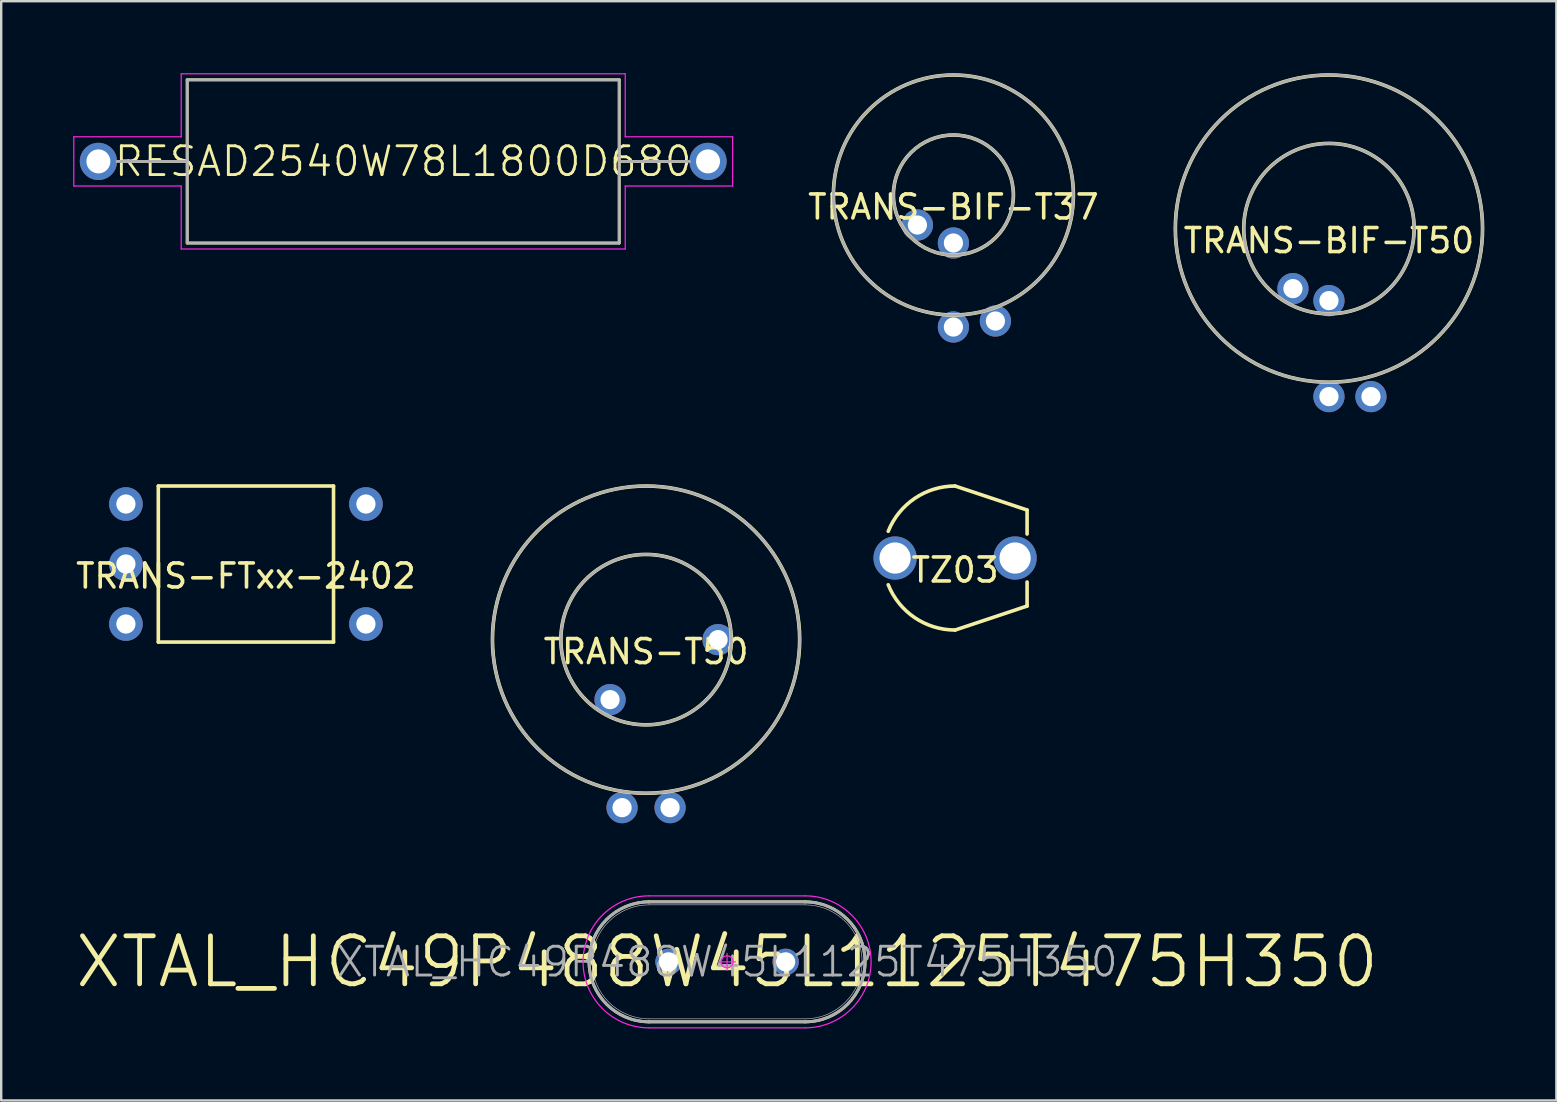
<source format=kicad_pcb>
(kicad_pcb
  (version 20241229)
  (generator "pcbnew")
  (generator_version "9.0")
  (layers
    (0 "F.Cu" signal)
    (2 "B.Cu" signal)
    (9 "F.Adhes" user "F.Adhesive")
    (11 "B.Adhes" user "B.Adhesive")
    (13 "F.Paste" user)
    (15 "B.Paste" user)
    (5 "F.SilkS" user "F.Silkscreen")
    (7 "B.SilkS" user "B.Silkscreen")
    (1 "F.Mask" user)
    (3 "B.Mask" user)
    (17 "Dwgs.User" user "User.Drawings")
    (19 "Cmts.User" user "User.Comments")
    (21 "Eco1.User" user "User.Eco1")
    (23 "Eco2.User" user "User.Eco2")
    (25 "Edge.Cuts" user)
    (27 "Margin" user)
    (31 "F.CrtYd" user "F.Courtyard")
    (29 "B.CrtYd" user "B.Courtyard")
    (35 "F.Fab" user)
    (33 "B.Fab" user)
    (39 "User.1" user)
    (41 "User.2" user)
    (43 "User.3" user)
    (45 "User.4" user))
  (footprint "TRANS-BIF-T50"
    (layer "F.Cu")
    (at 52.32 6.475)
    (property "Reference" "TRANS-BIF-T50" (at 0 0.5 0) (layer "F.SilkS") (effects (font (size 1 1) (thickness 0.15))))
    (attr through_hole)
    (fp_circle (center 0 0) (end 3.55 0) (stroke (width 0.15) (type solid)) (fill no) (layer "F.SilkS"))
    (fp_circle (center 0 0) (end 6.4 0) (stroke (width 0.15) (type solid)) (fill no) (layer "F.SilkS"))
    (fp_circle (center 0 0) (end 3.55 0) (stroke (width 0.12) (type solid)) (fill no) (layer "F.Fab"))
    (fp_circle (center 0 0) (end 6.4 0) (stroke (width 0.12) (type solid)) (fill no) (layer "F.Fab"))
    (pad "1" thru_hole circle (at -1.5 2.5) (size 1.3 1.3) (drill 0.8) (layers "*.Cu" "*.Mask"))
    (pad "2" thru_hole circle (at 0 7) (size 1.3 1.3) (drill 0.8) (layers "*.Cu" "*.Mask"))
    (pad "3" thru_hole circle (at 1.75 7) (size 1.3 1.3) (drill 0.8) (layers "*.Cu" "*.Mask"))
    (pad "4" thru_hole circle (at 0 3) (size 1.3 1.3) (drill 0.8) (layers "*.Cu" "*.Mask")))
  (footprint "TRANS-BIF-T37"
    (layer "F.Cu")
    (at 36.673 5.075)
    (property "Reference" "TRANS-BIF-T37" (at 0 0.5 180) (layer "F.SilkS") (effects (font (size 1 1) (thickness 0.15))))
    (attr through_hole)
    (fp_circle (center 0 0) (end 0 2.5) (stroke (width 0.15) (type solid)) (fill no) (layer "F.SilkS"))
    (fp_circle (center 0 0) (end 0 5) (stroke (width 0.15) (type solid)) (fill no) (layer "F.SilkS"))
    (fp_circle (center 0 0) (end 0 2.5) (stroke (width 0.12) (type solid)) (fill no) (layer "F.Fab"))
    (fp_circle (center 0 0) (end 0 5) (stroke (width 0.12) (type solid)) (fill no) (layer "F.Fab"))
    (pad "1" thru_hole circle (at -1.5 1.25) (size 1.3 1.3) (drill 0.8) (layers "*.Cu" "*.Mask"))
    (pad "2" thru_hole circle (at 0 5.5) (size 1.3 1.3) (drill 0.8) (layers "*.Cu" "*.Mask"))
    (pad "3" thru_hole circle (at 1.75 5.25) (size 1.3 1.3) (drill 0.8) (layers "*.Cu" "*.Mask"))
    (pad "4" thru_hole circle (at 0 2) (size 1.3 1.3) (drill 0.8) (layers "*.Cu" "*.Mask")))
  (footprint "TRANS-FTxx-2402"
    (layer "F.Cu")
    (at 7.196 20.45)
    (property "Reference" "TRANS-FTxx-2402" (at 0 0.5 0) (layer "F.SilkS") (effects (font (size 1 1) (thickness 0.15))))
    (attr through_hole)
    (fp_line (start -3.65 -3.25) (end 3.65 -3.25) (stroke (width 0.15) (type solid)) (layer "F.SilkS"))
    (fp_line (start -3.65 3.25) (end -3.65 -3.25) (stroke (width 0.15) (type solid)) (layer "F.SilkS"))
    (fp_line (start 3.65 -3.25) (end 3.65 3.25) (stroke (width 0.15) (type solid)) (layer "F.SilkS"))
    (fp_line (start 3.65 3.25) (end -3.65 3.25) (stroke (width 0.15) (type solid)) (layer "F.SilkS"))
    (pad "1" thru_hole circle (at -5 -2.5) (size 1.4 1.4) (drill 0.8) (layers "*.Cu" "*.Mask"))
    (pad "2" thru_hole circle (at -5 0) (size 1.4 1.4) (drill 0.8) (layers "*.Cu" "*.Mask"))
    (pad "3" thru_hole circle (at -5 2.5) (size 1.4 1.4) (drill 0.8) (layers "*.Cu" "*.Mask"))
    (pad "4" thru_hole circle (at 5 2.5) (size 1.4 1.4) (drill 0.8) (layers "*.Cu" "*.Mask"))
    (pad "5" thru_hole circle (at 5 -2.5) (size 1.4 1.4) (drill 0.8) (layers "*.Cu" "*.Mask")))
  (footprint "TRANS-T50"
    (layer "F.Cu")
    (at 23.868 23.6)
    (property "Reference" "TRANS-T50" (at 0 0.5 0) (layer "F.SilkS") (effects (font (size 1 1) (thickness 0.15))))
    (attr through_hole)
    (fp_circle (center 0 0) (end 3.55 0) (stroke (width 0.15) (type solid)) (fill no) (layer "F.SilkS"))
    (fp_circle (center 0 0) (end 6.4 0) (stroke (width 0.15) (type solid)) (fill no) (layer "F.SilkS"))
    (fp_circle (center 0 0) (end 3.55 0) (stroke (width 0.12) (type solid)) (fill no) (layer "F.Fab"))
    (fp_circle (center 0 0) (end 6.4 0) (stroke (width 0.12) (type solid)) (fill no) (layer "F.Fab"))
    (pad "1" thru_hole circle (at -1.5 2.5) (size 1.3 1.3) (drill 0.8) (layers "*.Cu" "*.Mask"))
    (pad "2" thru_hole circle (at -1 7) (size 1.3 1.3) (drill 0.8) (layers "*.Cu" "*.Mask"))
    (pad "3" thru_hole circle (at 1 7) (size 1.3 1.3) (drill 0.8) (layers "*.Cu" "*.Mask"))
    (pad "4" thru_hole circle (at 3 0) (size 1.3 1.3) (drill 0.8) (layers "*.Cu" "*.Mask")))
  (footprint "TZ03"
    (layer "F.Cu")
    (at 36.743 20.2)
    (property "Reference" "TZ03" (at 0 0.5 0) (layer "F.SilkS") (effects (font (size 1 1) (thickness 0.15))))
    (attr through_hole)
    (fp_line (start 0 -3) (end 3 -2) (stroke (width 0.15) (type solid)) (layer "F.SilkS"))
    (fp_line (start 3 -2) (end 3 -1) (stroke (width 0.15) (type solid)) (layer "F.SilkS"))
    (fp_line (start 3 1) (end 3 2) (stroke (width 0.15) (type solid)) (layer "F.SilkS"))
    (fp_line (start 3 2) (end 0 3) (stroke (width 0.15) (type solid)) (layer "F.SilkS"))
    (fp_arc (start -2.78543 -1.114172) (mid -1.681886 -2.484202) (end 0 -3) (stroke (width 0.15) (type solid)) (layer "F.SilkS"))
    (fp_arc (start 0 3) (mid -1.681917 2.484181) (end -2.785457 1.114104) (stroke (width 0.15) (type solid)) (layer "F.SilkS"))
    (pad "1" thru_hole circle (at -2.5 0) (size 1.8 1.8) (drill 1.3) (layers "*.Cu" "*.Mask"))
    (pad "2" thru_hole circle (at 2.5 0) (size 1.8 1.8) (drill 1.3) (layers "*.Cu" "*.Mask")))
  (footprint "RESAD2540W78L1800D680"
    (layer "F.Cu")
    (at 13.75 3.675)
    (property "Reference" "RESAD2540W78L1800D680" (at 0 0 0) (layer "F.SilkS") (effects (font (size 1.2 1.2) (thickness 0.12))))
    (attr through_hole)
    (fp_line (start -9 -3.4) (end -9 3.4) (stroke (width 0.12) (type solid)) (layer "F.SilkS"))
    (fp_line (start -9 0) (end -11.74 0) (stroke (width 0.12) (type solid)) (layer "F.SilkS"))
    (fp_line (start -9 3.4) (end 9 3.4) (stroke (width 0.12) (type solid)) (layer "F.SilkS"))
    (fp_line (start 9 -3.4) (end -9 -3.4) (stroke (width 0.12) (type solid)) (layer "F.SilkS"))
    (fp_line (start 9 -3.4) (end 9 3.4) (stroke (width 0.12) (type solid)) (layer "F.SilkS"))
    (fp_line (start 9 0) (end 11.74 0) (stroke (width 0.12) (type solid)) (layer "F.SilkS"))
    (fp_line (start -9 -3.4) (end 9 -3.4) (stroke (width 0.025) (type solid)) (layer "Dwgs.User"))
    (fp_line (start -9 3.4) (end -9 -3.4) (stroke (width 0.025) (type solid)) (layer "Dwgs.User"))
    (fp_line (start 9 -3.4) (end 9 3.4) (stroke (width 0.025) (type solid)) (layer "Dwgs.User"))
    (fp_line (start 9 3.4) (end -9 3.4) (stroke (width 0.025) (type solid)) (layer "Dwgs.User"))
    (fp_circle (center -12.7 0) (end -12.7 0.415) (stroke (width 0.025) (type solid)) (fill no) (layer "Dwgs.User"))
    (fp_circle (center 12.7 0) (end 12.7 0.415) (stroke (width 0.025) (type solid)) (fill no) (layer "Dwgs.User"))
    (fp_line (start -13.725 -1.025) (end -13.725 1.025) (stroke (width 0.05) (type solid)) (layer "F.CrtYd"))
    (fp_line (start -13.725 1.025) (end -9.25 1.025) (stroke (width 0.05) (type solid)) (layer "F.CrtYd"))
    (fp_line (start -9.25 -3.65) (end -9.25 -1.025) (stroke (width 0.05) (type solid)) (layer "F.CrtYd"))
    (fp_line (start -9.25 -1.025) (end -13.725 -1.025) (stroke (width 0.05) (type solid)) (layer "F.CrtYd"))
    (fp_line (start -9.25 1.025) (end -9.25 3.65) (stroke (width 0.05) (type solid)) (layer "F.CrtYd"))
    (fp_line (start -9.25 3.65) (end 9.25 3.65) (stroke (width 0.05) (type solid)) (layer "F.CrtYd"))
    (fp_line (start 9.25 -3.65) (end -9.25 -3.65) (stroke (width 0.05) (type solid)) (layer "F.CrtYd"))
    (fp_line (start 9.25 -1.025) (end 9.25 -3.65) (stroke (width 0.05) (type solid)) (layer "F.CrtYd"))
    (fp_line (start 9.25 1.025) (end 13.725 1.025) (stroke (width 0.05) (type solid)) (layer "F.CrtYd"))
    (fp_line (start 9.25 3.65) (end 9.25 1.025) (stroke (width 0.05) (type solid)) (layer "F.CrtYd"))
    (fp_line (start 13.725 -1.025) (end 9.25 -1.025) (stroke (width 0.05) (type solid)) (layer "F.CrtYd"))
    (fp_line (start 13.725 1.025) (end 13.725 -1.025) (stroke (width 0.05) (type solid)) (layer "F.CrtYd"))
    (fp_line (start -9 -3.4) (end 9 -3.4) (stroke (width 0.12) (type solid)) (layer "F.Fab"))
    (fp_line (start -9 0) (end -11.925 0) (stroke (width 0.12) (type solid)) (layer "F.Fab"))
    (fp_line (start -9 3.4) (end -9 -3.4) (stroke (width 0.12) (type solid)) (layer "F.Fab"))
    (fp_line (start 9 -3.4) (end 9 3.4) (stroke (width 0.12) (type solid)) (layer "F.Fab"))
    (fp_line (start 9 0) (end 11.925 0) (stroke (width 0.12) (type solid)) (layer "F.Fab"))
    (fp_line (start 9 3.4) (end -9 3.4) (stroke (width 0.12) (type solid)) (layer "F.Fab"))
    (pad "1" thru_hole circle (at -12.7 0) (size 1.55 1.55) (drill 1) (layers "*.Cu" "*.Mask"))
    (pad "2" thru_hole circle (at 12.7 0) (size 1.55 1.55) (drill 1) (layers "*.Cu" "*.Mask")))
  (footprint "XTAL_HC49P488W45L1125T475H350"
    (layer "F.Cu")
    (at 27.243 37.025)
    (property "Reference" "XTAL_HC49P488W45L1125T475H350" (at 0 0 0) (layer "F.Fab") (effects (font (size 1.2 1.2) (thickness 0.12))))
    (attr through_hole)
    (fp_line (start -3.25 -2.5) (end 3.25 -2.5) (stroke (width 0.12) (type solid)) (layer "F.SilkS"))
    (fp_line (start 3.25 2.5) (end -3.25 2.5) (stroke (width 0.12) (type solid)) (layer "F.SilkS"))
    (fp_arc (start -3.25 2.5) (mid -5.75 0) (end -3.25 -2.5) (stroke (width 0.12) (type solid)) (layer "F.SilkS"))
    (fp_arc (start 3.25 -2.5) (mid 5.75 0) (end 3.25 2.5) (stroke (width 0.12) (type solid)) (layer "F.SilkS"))
    (fp_line (start -3.25 -2.375) (end 3.25 -2.375) (stroke (width 0.025) (type solid)) (layer "Dwgs.User"))
    (fp_line (start 3.25 2.375) (end -3.25 2.375) (stroke (width 0.025) (type solid)) (layer "Dwgs.User"))
    (fp_arc (start -3.25 2.375) (mid -5.625 0) (end -3.25 -2.375) (stroke (width 0.025) (type solid)) (layer "Dwgs.User"))
    (fp_arc (start 3.25 -2.375) (mid 5.625 0) (end 3.25 2.375) (stroke (width 0.025) (type solid)) (layer "Dwgs.User"))
    (fp_circle (center -2.44 0) (end -2.44 0.25) (stroke (width 0.025) (type solid)) (fill no) (layer "Dwgs.User"))
    (fp_circle (center 2.44 0) (end 2.44 0.25) (stroke (width 0.025) (type solid)) (fill no) (layer "Dwgs.User"))
    (fp_line (start -3.25 -2.75) (end 3.25 -2.75) (stroke (width 0.05) (type solid)) (layer "F.CrtYd"))
    (fp_line (start 0 -0.35) (end 0 0.35) (stroke (width 0.05) (type solid)) (layer "F.CrtYd"))
    (fp_line (start 0.35 0) (end -0.35 0) (stroke (width 0.05) (type solid)) (layer "F.CrtYd"))
    (fp_line (start 3.25 2.75) (end -3.25 2.75) (stroke (width 0.05) (type solid)) (layer "F.CrtYd"))
    (fp_arc (start -3.25 2.75) (mid -6 0) (end -3.25 -2.75) (stroke (width 0.05) (type solid)) (layer "F.CrtYd"))
    (fp_arc (start 3.25 -2.75) (mid 6 0) (end 3.25 2.75) (stroke (width 0.05) (type solid)) (layer "F.CrtYd"))
    (fp_circle (center 0 0) (end 0 0.25) (stroke (width 0.05) (type solid)) (fill no) (layer "F.CrtYd"))
    (fp_line (start -3.25 -2.5) (end 3.25 -2.5) (stroke (width 0.12) (type solid)) (layer "F.Fab"))
    (fp_line (start 3.25 2.5) (end -3.25 2.5) (stroke (width 0.12) (type solid)) (layer "F.Fab"))
    (fp_arc (start -3.25 2.5) (mid -5.75 0) (end -3.25 -2.5) (stroke (width 0.12) (type solid)) (layer "F.Fab"))
    (fp_arc (start 3.25 -2.5) (mid 5.75 0) (end 3.25 2.5) (stroke (width 0.12) (type solid)) (layer "F.Fab"))
    (fp_text user "${REFERENCE}" (at 0 0 0) (layer "F.SilkS") (effects (font (size 2 2) (thickness 0.2))))
    (pad "1" thru_hole circle (at -2.44 0) (size 1.1 1.1) (drill 0.8) (layers "*.Cu" "*.Mask"))
    (pad "2" thru_hole circle (at 2.44 0) (size 1.1 1.1) (drill 0.8) (layers "*.Cu" "*.Mask")))
  (gr_rect
    (start -3 -3)
    (end 61.795 42.8)
    (stroke (width 0.1) (type default))
    (fill no)
    (layer "Edge.Cuts")))
</source>
